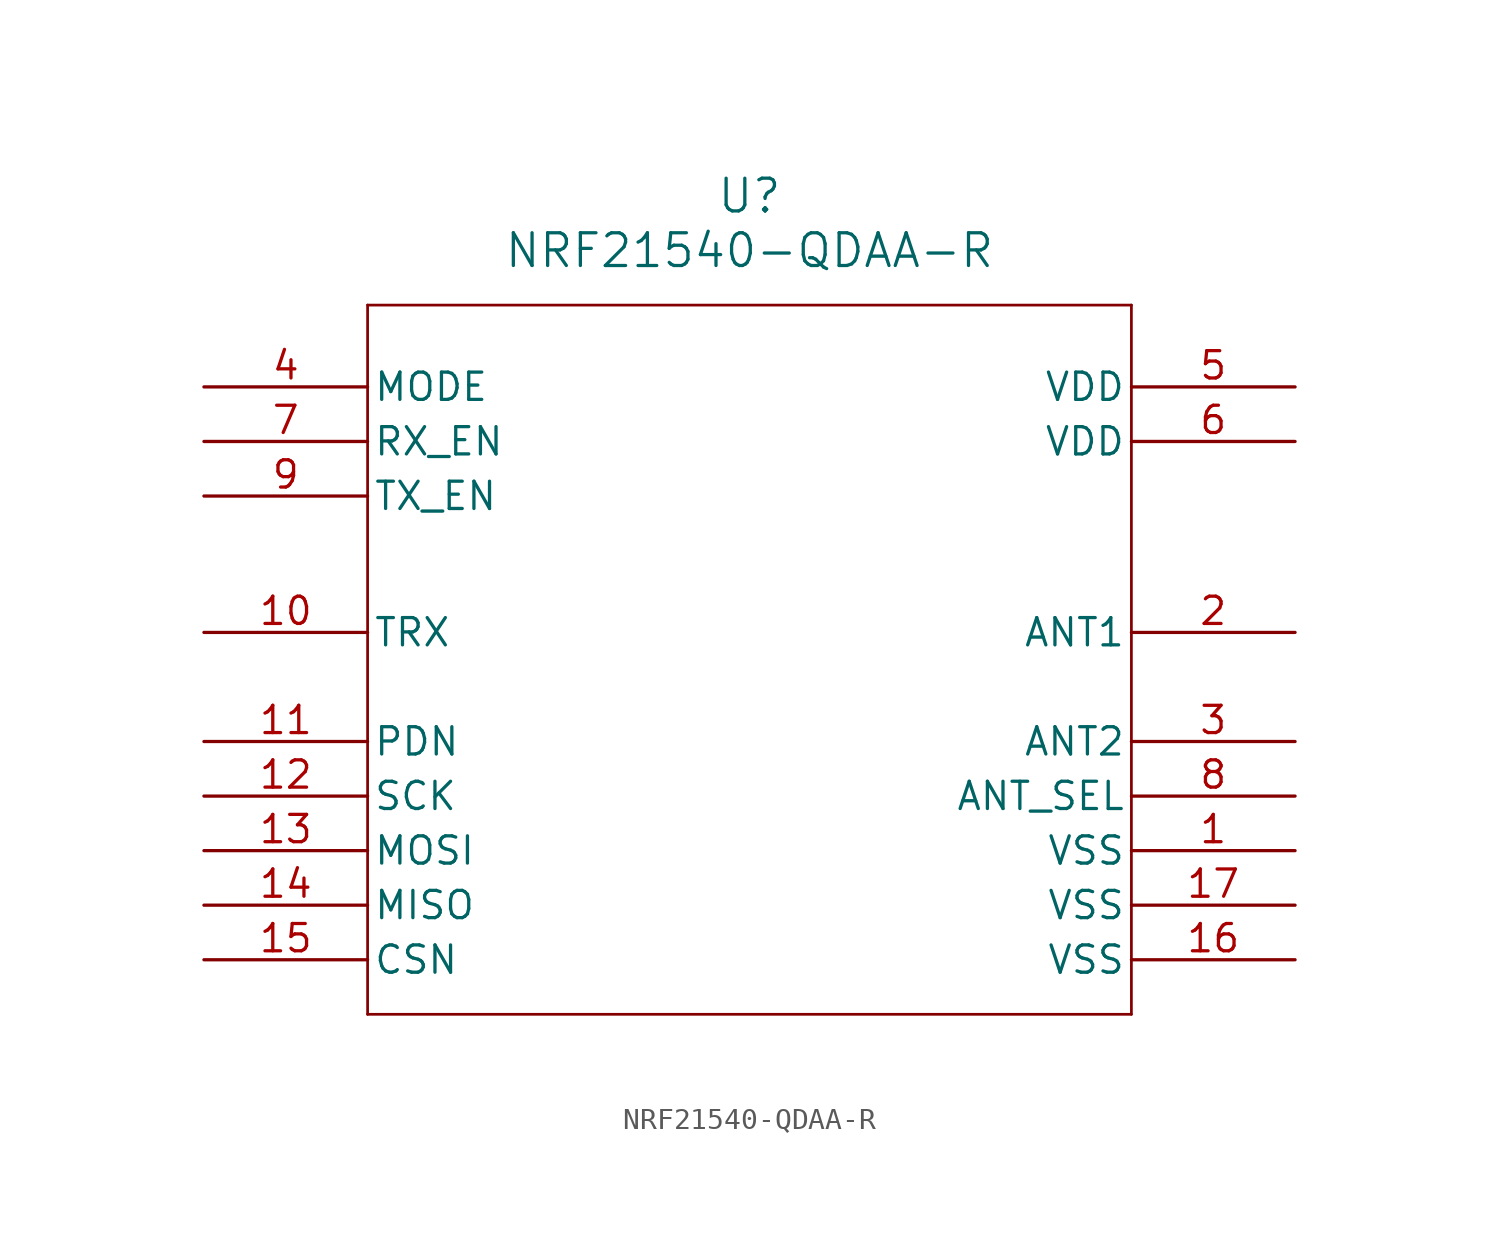
<source format=kicad_sym>
(kicad_symbol_lib
  (version 20231120)
  (generator "kicad_symbol_editor")
  (generator_version "8.0")
  (symbol "NRF21540-QDAA-R"
    (pin_names
      (offset 0.254))
    (property "Reference" "U"
      (at 25.4 10.16 0)
      (effects (font (size 1.524 1.524))))
    (property "Value" "NRF21540-QDAA-R"
      (at 25.4 7.62 0)
      (effects (font (size 1.524 1.524))))
    (property "ki_locked" ""
      (at 0 0 0)
      (effects (font (size 1.27 1.27))))
    (symbol "NRF21540-QDAA-R_0_1"
      (polyline (pts (xy 7.62 -27.94) (xy 43.18 -27.94)) (stroke (width 0.127) (type default)) (fill (type none)))
      (polyline (pts (xy 7.62 5.08) (xy 7.62 -27.94)) (stroke (width 0.127) (type default)) (fill (type none)))
      (polyline (pts (xy 43.18 -27.94) (xy 43.18 5.08)) (stroke (width 0.127) (type default)) (fill (type none)))
      (polyline (pts (xy 43.18 5.08) (xy 7.62 5.08)) (stroke (width 0.127) (type default)) (fill (type none)))
      (pin bidirectional line (at 0 -10.16 0) (length 7.62) (name "TRX" (effects (font (size 1.27 1.27)))) (number "10" (effects (font (size 1.27 1.27)))))
      (pin input line (at 0 -15.24 0) (length 7.62) (name "PDN" (effects (font (size 1.27 1.27)))) (number "11" (effects (font (size 1.27 1.27)))))
      (pin input line (at 0 -17.78 0) (length 7.62) (name "SCK" (effects (font (size 1.27 1.27)))) (number "12" (effects (font (size 1.27 1.27)))))
      (pin input line (at 0 -20.32 0) (length 7.62) (name "MOSI" (effects (font (size 1.27 1.27)))) (number "13" (effects (font (size 1.27 1.27)))))
      (pin output line (at 0 -22.86 0) (length 7.62) (name "MISO" (effects (font (size 1.27 1.27)))) (number "14" (effects (font (size 1.27 1.27)))))
      (pin input line (at 0 -25.4 0) (length 7.62) (name "CSN" (effects (font (size 1.27 1.27)))) (number "15" (effects (font (size 1.27 1.27)))))
      (pin bidirectional line (at 50.8 -10.16 180) (length 7.62) (name "ANT1" (effects (font (size 1.27 1.27)))) (number "2" (effects (font (size 1.27 1.27)))))
      (pin bidirectional line (at 50.8 -15.24 180) (length 7.62) (name "ANT2" (effects (font (size 1.27 1.27)))) (number "3" (effects (font (size 1.27 1.27)))))
      (pin input line (at 0 1.27 0) (length 7.62) (name "MODE" (effects (font (size 1.27 1.27)))) (number "4" (effects (font (size 1.27 1.27)))))
      (pin input line (at 0 -1.27 0) (length 7.62) (name "RX_EN" (effects (font (size 1.27 1.27)))) (number "7" (effects (font (size 1.27 1.27)))))
      (pin input line (at 50.8 -17.78 180) (length 7.62) (name "ANT_SEL" (effects (font (size 1.27 1.27)))) (number "8" (effects (font (size 1.27 1.27)))))
      (pin input line (at 0 -3.81 0) (length 7.62) (name "TX_EN" (effects (font (size 1.27 1.27)))) (number "9" (effects (font (size 1.27 1.27))))))
    (symbol "NRF21540-QDAA-R_1_1"
      (pin passive line (at 50.8 -20.32 180) (length 7.62) (name "VSS" (effects (font (size 1.27 1.27)))) (number "1" (effects (font (size 1.27 1.27)))))
      (pin passive line (at 50.8 -25.4 180) (length 7.62) (name "VSS" (effects (font (size 1.27 1.27)))) (number "16" (effects (font (size 1.27 1.27)))))
      (pin passive line (at 50.8 -22.86 180) (length 7.62) (name "VSS" (effects (font (size 1.27 1.27)))) (number "17" (effects (font (size 1.27 1.27)))))
      (pin passive line (at 50.8 1.27 180) (length 7.62) (name "VDD" (effects (font (size 1.27 1.27)))) (number "5" (effects (font (size 1.27 1.27)))))
      (pin passive line (at 50.8 -1.27 180) (length 7.62) (name "VDD" (effects (font (size 1.27 1.27)))) (number "6" (effects (font (size 1.27 1.27))))))))
</source>
